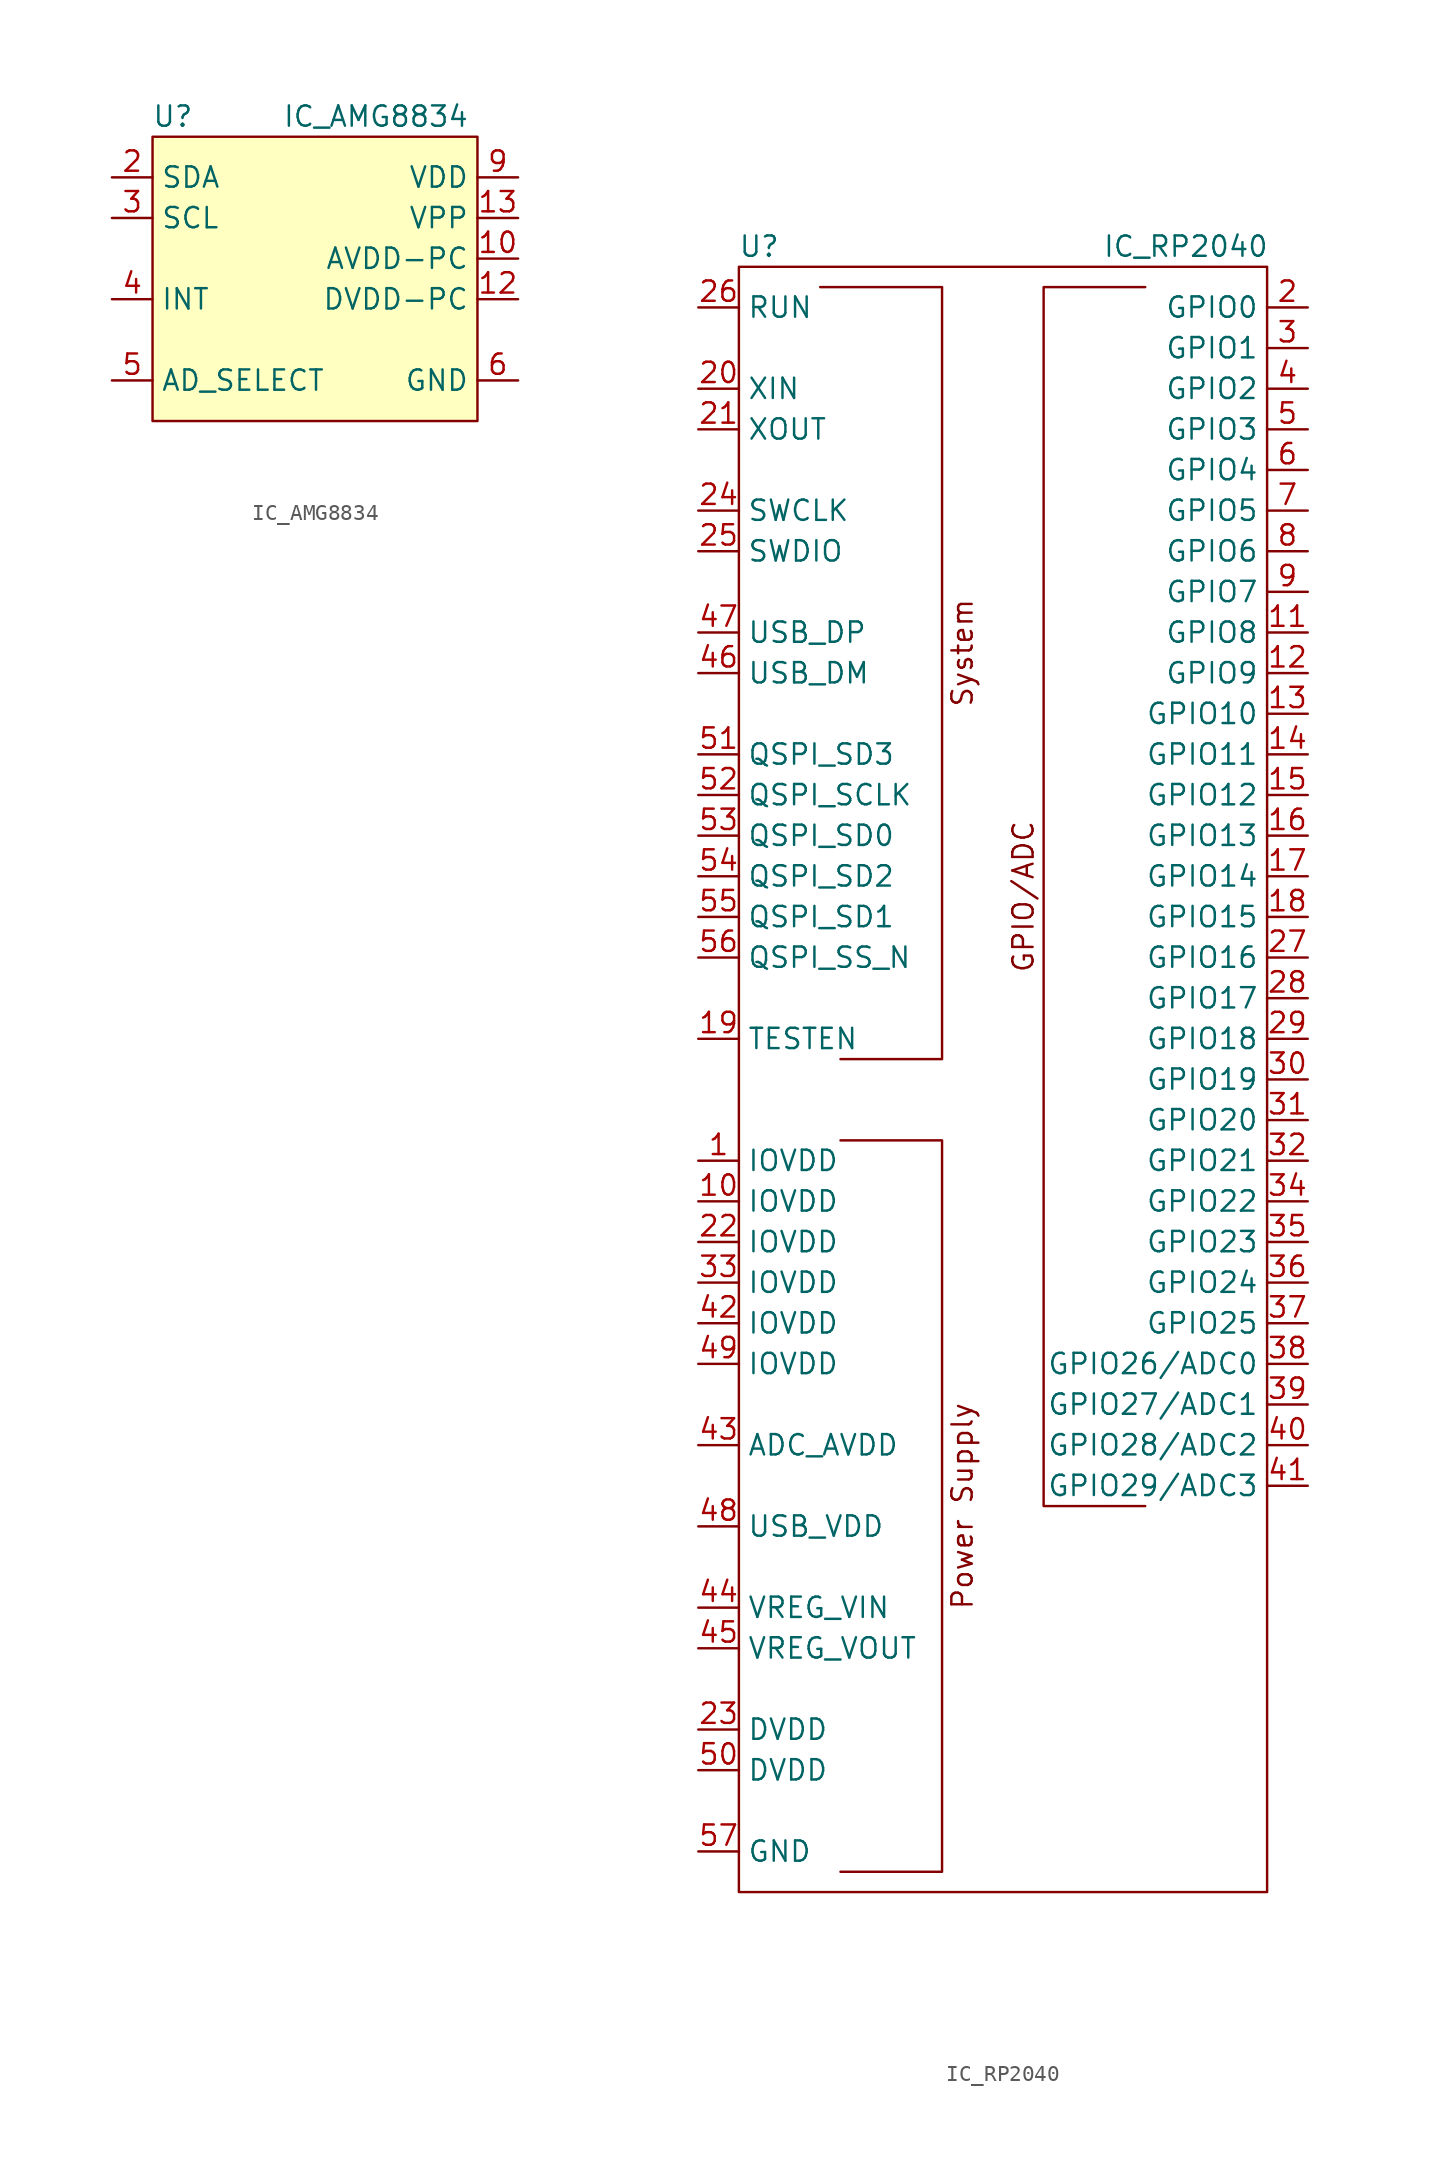
<source format=kicad_sym>
(kicad_symbol_lib
  (version 20220126)
  (generator kicad_symbol_editor)
  (symbol "IC_AMG8834"
    (property "Reference" "U"
      (at -8.89 10.16 0)
      (effects (font (size 1.27 1.27))))
    (property "Value" "IC_AMG8834"
      (at 3.81 10.16 0)
      (effects (font (size 1.27 1.27))))
    (symbol "IC_AMG8834_0_1"
      (rectangle (start -10.16 8.89) (end 10.16 -8.89) (stroke (width 0) (type default)) (fill (type background))))
    (symbol "IC_AMG8834_1_1"
      (pin no_connect line (at -3.81 -11.43 90) (length 2.54) hide (name "NC" (effects (font (size 1.27 1.27)))) (number "1" (effects (font (size 1.27 1.27)))))
      (pin power_in line (at 12.7 1.27 180) (length 2.54) (name "AVDD-PC" (effects (font (size 1.27 1.27)))) (number "10" (effects (font (size 1.27 1.27)))))
      (pin no_connect line (at 3.81 -11.43 90) (length 2.54) hide (name "NC" (effects (font (size 1.27 1.27)))) (number "11" (effects (font (size 1.27 1.27)))))
      (pin power_in line (at 12.7 -1.27 180) (length 2.54) (name "DVDD-PC" (effects (font (size 1.27 1.27)))) (number "12" (effects (font (size 1.27 1.27)))))
      (pin power_in line (at 12.7 3.81 180) (length 2.54) (name "VPP" (effects (font (size 1.27 1.27)))) (number "13" (effects (font (size 1.27 1.27)))))
      (pin bidirectional line (at -12.7 6.35 0) (length 2.54) (name "SDA" (effects (font (size 1.27 1.27)))) (number "2" (effects (font (size 1.27 1.27)))))
      (pin bidirectional line (at -12.7 3.81 0) (length 2.54) (name "SCL" (effects (font (size 1.27 1.27)))) (number "3" (effects (font (size 1.27 1.27)))))
      (pin open_collector line (at -12.7 -1.27 0) (length 2.54) (name "INT" (effects (font (size 1.27 1.27)))) (number "4" (effects (font (size 1.27 1.27)))))
      (pin input line (at -12.7 -6.35 0) (length 2.54) (name "AD_SELECT" (effects (font (size 1.27 1.27)))) (number "5" (effects (font (size 1.27 1.27)))))
      (pin power_in line (at 12.7 -6.35 180) (length 2.54) (name "GND" (effects (font (size 1.27 1.27)))) (number "6" (effects (font (size 1.27 1.27)))))
      (pin no_connect line (at -1.27 -11.43 90) (length 2.54) hide (name "NC" (effects (font (size 1.27 1.27)))) (number "7" (effects (font (size 1.27 1.27)))))
      (pin no_connect line (at 1.27 -11.43 90) (length 2.54) hide (name "NC" (effects (font (size 1.27 1.27)))) (number "8" (effects (font (size 1.27 1.27)))))
      (pin power_in line (at 12.7 6.35 180) (length 2.54) (name "VDD" (effects (font (size 1.27 1.27)))) (number "9" (effects (font (size 1.27 1.27)))))))
  (symbol "IC_RP2040"
    (property "Reference" "U"
      (at -15.24 50.8 0)
      (effects (font (size 1.27 1.27))))
    (property "Value" "IC_RP2040"
      (at 11.43 50.8 0)
      (effects (font (size 1.27 1.27))))
    (symbol "IC_RP2040_0_0"
      (polyline (pts (xy -10.16 0) (xy -3.81 0) (xy -3.81 48.26) (xy -11.43 48.26)) (stroke (width 0) (type default)) (fill (type none)))
      (polyline (pts (xy 8.89 -27.94) (xy 2.54 -27.94) (xy 2.54 48.26) (xy 8.89 48.26)) (stroke (width 0) (type default)) (fill (type none)))
      (text "GPIO/ADC" (at 1.27 10.16 900) (effects (font (size 1.27 1.27))))
      (text "Power Supply" (at -2.54 -27.94 900) (effects (font (size 1.27 1.27))))
      (text "System\n" (at -2.54 25.4 900) (effects (font (size 1.27 1.27)))))
    (symbol "IC_RP2040_0_1"
      (rectangle (start -16.51 49.53) (end 16.51 -52.07) (stroke (width 0) (type default)) (fill (type none)))
      (polyline (pts (xy -10.16 -50.8) (xy -3.81 -50.8) (xy -3.81 -5.08) (xy -10.16 -5.08)) (stroke (width 0) (type default)) (fill (type none))))
    (symbol "IC_RP2040_1_1"
      (pin power_in line (at -19.05 -6.35 0) (length 2.54) (name "IOVDD" (effects (font (size 1.27 1.27)))) (number "1" (effects (font (size 1.27 1.27)))))
      (pin power_in line (at -19.05 -8.89 0) (length 2.54) (name "IOVDD" (effects (font (size 1.27 1.27)))) (number "10" (effects (font (size 1.27 1.27)))))
      (pin bidirectional line (at 19.05 26.67 180) (length 2.54) (name "GPIO8" (effects (font (size 1.27 1.27)))) (number "11" (effects (font (size 1.27 1.27)))))
      (pin bidirectional line (at 19.05 24.13 180) (length 2.54) (name "GPIO9" (effects (font (size 1.27 1.27)))) (number "12" (effects (font (size 1.27 1.27)))))
      (pin bidirectional line (at 19.05 21.59 180) (length 2.54) (name "GPIO10" (effects (font (size 1.27 1.27)))) (number "13" (effects (font (size 1.27 1.27)))))
      (pin bidirectional line (at 19.05 19.05 180) (length 2.54) (name "GPIO11" (effects (font (size 1.27 1.27)))) (number "14" (effects (font (size 1.27 1.27)))))
      (pin bidirectional line (at 19.05 16.51 180) (length 2.54) (name "GPIO12" (effects (font (size 1.27 1.27)))) (number "15" (effects (font (size 1.27 1.27)))))
      (pin bidirectional line (at 19.05 13.97 180) (length 2.54) (name "GPIO13" (effects (font (size 1.27 1.27)))) (number "16" (effects (font (size 1.27 1.27)))))
      (pin bidirectional line (at 19.05 11.43 180) (length 2.54) (name "GPIO14" (effects (font (size 1.27 1.27)))) (number "17" (effects (font (size 1.27 1.27)))))
      (pin bidirectional line (at 19.05 8.89 180) (length 2.54) (name "GPIO15" (effects (font (size 1.27 1.27)))) (number "18" (effects (font (size 1.27 1.27)))))
      (pin passive line (at -19.05 1.27 0) (length 2.54) (name "TESTEN" (effects (font (size 1.27 1.27)))) (number "19" (effects (font (size 1.27 1.27)))))
      (pin bidirectional line (at 19.05 46.99 180) (length 2.54) (name "GPIO0" (effects (font (size 1.27 1.27)))) (number "2" (effects (font (size 1.27 1.27)))))
      (pin passive line (at -19.05 41.91 0) (length 2.54) (name "XIN" (effects (font (size 1.27 1.27)))) (number "20" (effects (font (size 1.27 1.27)))))
      (pin passive line (at -19.05 39.37 0) (length 2.54) (name "XOUT" (effects (font (size 1.27 1.27)))) (number "21" (effects (font (size 1.27 1.27)))))
      (pin power_in line (at -19.05 -11.43 0) (length 2.54) (name "IOVDD" (effects (font (size 1.27 1.27)))) (number "22" (effects (font (size 1.27 1.27)))))
      (pin power_in line (at -19.05 -41.91 0) (length 2.54) (name "DVDD" (effects (font (size 1.27 1.27)))) (number "23" (effects (font (size 1.27 1.27)))))
      (pin bidirectional line (at -19.05 34.29 0) (length 2.54) (name "SWCLK" (effects (font (size 1.27 1.27)))) (number "24" (effects (font (size 1.27 1.27)))))
      (pin bidirectional line (at -19.05 31.75 0) (length 2.54) (name "SWDIO" (effects (font (size 1.27 1.27)))) (number "25" (effects (font (size 1.27 1.27)))))
      (pin input line (at -19.05 46.99 0) (length 2.54) (name "RUN" (effects (font (size 1.27 1.27)))) (number "26" (effects (font (size 1.27 1.27)))))
      (pin bidirectional line (at 19.05 6.35 180) (length 2.54) (name "GPIO16" (effects (font (size 1.27 1.27)))) (number "27" (effects (font (size 1.27 1.27)))))
      (pin bidirectional line (at 19.05 3.81 180) (length 2.54) (name "GPIO17" (effects (font (size 1.27 1.27)))) (number "28" (effects (font (size 1.27 1.27)))))
      (pin bidirectional line (at 19.05 1.27 180) (length 2.54) (name "GPIO18" (effects (font (size 1.27 1.27)))) (number "29" (effects (font (size 1.27 1.27)))))
      (pin bidirectional line (at 19.05 44.45 180) (length 2.54) (name "GPIO1" (effects (font (size 1.27 1.27)))) (number "3" (effects (font (size 1.27 1.27)))))
      (pin bidirectional line (at 19.05 -1.27 180) (length 2.54) (name "GPIO19" (effects (font (size 1.27 1.27)))) (number "30" (effects (font (size 1.27 1.27)))))
      (pin bidirectional line (at 19.05 -3.81 180) (length 2.54) (name "GPIO20" (effects (font (size 1.27 1.27)))) (number "31" (effects (font (size 1.27 1.27)))))
      (pin bidirectional line (at 19.05 -6.35 180) (length 2.54) (name "GPIO21" (effects (font (size 1.27 1.27)))) (number "32" (effects (font (size 1.27 1.27)))))
      (pin power_in line (at -19.05 -13.97 0) (length 2.54) (name "IOVDD" (effects (font (size 1.27 1.27)))) (number "33" (effects (font (size 1.27 1.27)))))
      (pin bidirectional line (at 19.05 -8.89 180) (length 2.54) (name "GPIO22" (effects (font (size 1.27 1.27)))) (number "34" (effects (font (size 1.27 1.27)))))
      (pin bidirectional line (at 19.05 -11.43 180) (length 2.54) (name "GPIO23" (effects (font (size 1.27 1.27)))) (number "35" (effects (font (size 1.27 1.27)))))
      (pin bidirectional line (at 19.05 -13.97 180) (length 2.54) (name "GPIO24" (effects (font (size 1.27 1.27)))) (number "36" (effects (font (size 1.27 1.27)))))
      (pin bidirectional line (at 19.05 -16.51 180) (length 2.54) (name "GPIO25" (effects (font (size 1.27 1.27)))) (number "37" (effects (font (size 1.27 1.27)))))
      (pin bidirectional line (at 19.05 -19.05 180) (length 2.54) (name "GPIO26/ADC0" (effects (font (size 1.27 1.27)))) (number "38" (effects (font (size 1.27 1.27)))))
      (pin bidirectional line (at 19.05 -21.59 180) (length 2.54) (name "GPIO27/ADC1" (effects (font (size 1.27 1.27)))) (number "39" (effects (font (size 1.27 1.27)))))
      (pin bidirectional line (at 19.05 41.91 180) (length 2.54) (name "GPIO2" (effects (font (size 1.27 1.27)))) (number "4" (effects (font (size 1.27 1.27)))))
      (pin bidirectional line (at 19.05 -24.13 180) (length 2.54) (name "GPIO28/ADC2" (effects (font (size 1.27 1.27)))) (number "40" (effects (font (size 1.27 1.27)))))
      (pin bidirectional line (at 19.05 -26.67 180) (length 2.54) (name "GPIO29/ADC3" (effects (font (size 1.27 1.27)))) (number "41" (effects (font (size 1.27 1.27)))))
      (pin power_in line (at -19.05 -16.51 0) (length 2.54) (name "IOVDD" (effects (font (size 1.27 1.27)))) (number "42" (effects (font (size 1.27 1.27)))))
      (pin power_in line (at -19.05 -24.13 0) (length 2.54) (name "ADC_AVDD" (effects (font (size 1.27 1.27)))) (number "43" (effects (font (size 1.27 1.27)))))
      (pin power_in line (at -19.05 -34.29 0) (length 2.54) (name "VREG_VIN" (effects (font (size 1.27 1.27)))) (number "44" (effects (font (size 1.27 1.27)))))
      (pin power_out line (at -19.05 -36.83 0) (length 2.54) (name "VREG_VOUT" (effects (font (size 1.27 1.27)))) (number "45" (effects (font (size 1.27 1.27)))))
      (pin bidirectional line (at -19.05 24.13 0) (length 2.54) (name "USB_DM" (effects (font (size 1.27 1.27)))) (number "46" (effects (font (size 1.27 1.27)))))
      (pin bidirectional line (at -19.05 26.67 0) (length 2.54) (name "USB_DP" (effects (font (size 1.27 1.27)))) (number "47" (effects (font (size 1.27 1.27)))))
      (pin power_in line (at -19.05 -29.21 0) (length 2.54) (name "USB_VDD" (effects (font (size 1.27 1.27)))) (number "48" (effects (font (size 1.27 1.27)))))
      (pin power_in line (at -19.05 -19.05 0) (length 2.54) (name "IOVDD" (effects (font (size 1.27 1.27)))) (number "49" (effects (font (size 1.27 1.27)))))
      (pin bidirectional line (at 19.05 39.37 180) (length 2.54) (name "GPIO3" (effects (font (size 1.27 1.27)))) (number "5" (effects (font (size 1.27 1.27)))))
      (pin power_in line (at -19.05 -44.45 0) (length 2.54) (name "DVDD" (effects (font (size 1.27 1.27)))) (number "50" (effects (font (size 1.27 1.27)))))
      (pin bidirectional line (at -19.05 19.05 0) (length 2.54) (name "QSPI_SD3" (effects (font (size 1.27 1.27)))) (number "51" (effects (font (size 1.27 1.27)))))
      (pin bidirectional line (at -19.05 16.51 0) (length 2.54) (name "QSPI_SCLK" (effects (font (size 1.27 1.27)))) (number "52" (effects (font (size 1.27 1.27)))))
      (pin bidirectional line (at -19.05 13.97 0) (length 2.54) (name "QSPI_SD0" (effects (font (size 1.27 1.27)))) (number "53" (effects (font (size 1.27 1.27)))))
      (pin bidirectional line (at -19.05 11.43 0) (length 2.54) (name "QSPI_SD2" (effects (font (size 1.27 1.27)))) (number "54" (effects (font (size 1.27 1.27)))))
      (pin bidirectional line (at -19.05 8.89 0) (length 2.54) (name "QSPI_SD1" (effects (font (size 1.27 1.27)))) (number "55" (effects (font (size 1.27 1.27)))))
      (pin bidirectional line (at -19.05 6.35 0) (length 2.54) (name "QSPI_SS_N" (effects (font (size 1.27 1.27)))) (number "56" (effects (font (size 1.27 1.27)))))
      (pin power_in line (at -19.05 -49.53 0) (length 2.54) (name "GND" (effects (font (size 1.27 1.27)))) (number "57" (effects (font (size 1.27 1.27)))))
      (pin bidirectional line (at 19.05 36.83 180) (length 2.54) (name "GPIO4" (effects (font (size 1.27 1.27)))) (number "6" (effects (font (size 1.27 1.27)))))
      (pin bidirectional line (at 19.05 34.29 180) (length 2.54) (name "GPIO5" (effects (font (size 1.27 1.27)))) (number "7" (effects (font (size 1.27 1.27)))))
      (pin bidirectional line (at 19.05 31.75 180) (length 2.54) (name "GPIO6" (effects (font (size 1.27 1.27)))) (number "8" (effects (font (size 1.27 1.27)))))
      (pin bidirectional line (at 19.05 29.21 180) (length 2.54) (name "GPIO7" (effects (font (size 1.27 1.27)))) (number "9" (effects (font (size 1.27 1.27))))))))
</source>
